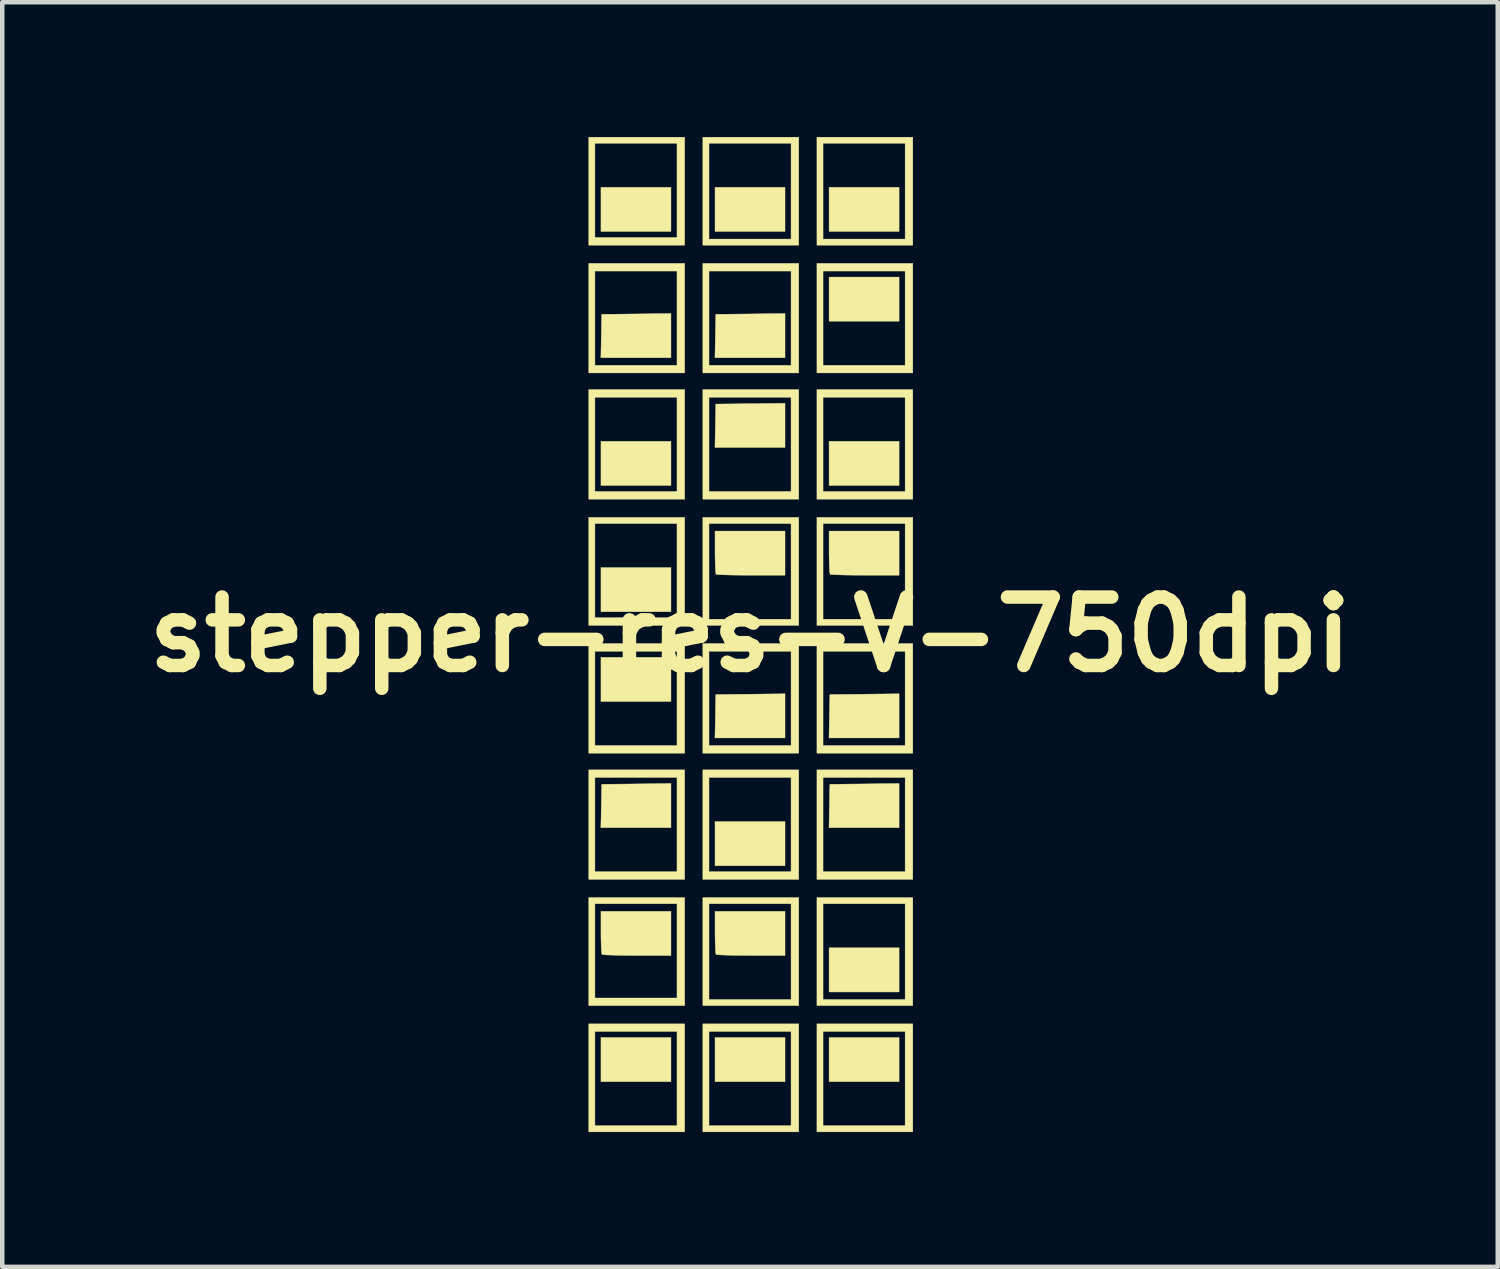
<source format=kicad_pcb>
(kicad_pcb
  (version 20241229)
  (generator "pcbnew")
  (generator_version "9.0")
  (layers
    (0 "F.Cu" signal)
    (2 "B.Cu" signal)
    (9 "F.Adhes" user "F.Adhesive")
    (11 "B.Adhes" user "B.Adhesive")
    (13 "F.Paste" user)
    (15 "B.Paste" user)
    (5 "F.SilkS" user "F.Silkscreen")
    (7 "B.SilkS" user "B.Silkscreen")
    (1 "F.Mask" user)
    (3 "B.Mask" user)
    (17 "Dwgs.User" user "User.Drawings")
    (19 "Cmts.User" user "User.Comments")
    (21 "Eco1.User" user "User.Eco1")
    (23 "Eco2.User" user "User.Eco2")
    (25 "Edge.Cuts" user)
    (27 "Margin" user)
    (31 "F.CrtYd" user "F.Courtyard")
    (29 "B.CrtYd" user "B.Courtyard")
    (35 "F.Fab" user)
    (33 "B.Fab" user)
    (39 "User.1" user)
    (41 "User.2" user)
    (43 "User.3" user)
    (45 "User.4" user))
  (footprint "stepper-res-V-750dpi"
    (layer "F.Cu")
    (at 13.651 11.079)
    (property "Reference" "stepper-res-V-750dpi" (at 0 0 0) (layer "F.SilkS") (effects (font (size 1.524 1.524) (thickness 0.3))))
    (attr through_hole)
    (fp_poly (pts (xy -1.761 -8.975) (xy -3.319 -8.975) (xy -3.319 -9.957) (xy -1.761 -9.957) (xy -1.761 -8.975)) (stroke (width 0.01) (type solid)) (fill yes) (layer "F.SilkS"))
    (fp_poly (pts (xy -1.761 -3.319) (xy -3.319 -3.319) (xy -3.319 -4.301) (xy -1.761 -4.301) (xy -1.761 -3.319)) (stroke (width 0.01) (type solid)) (fill yes) (layer "F.SilkS"))
    (fp_poly (pts (xy -1.761 -0.508) (xy -3.319 -0.508) (xy -3.319 -1.49) (xy -1.761 -1.49) (xy -1.761 -0.508)) (stroke (width 0.01) (type solid)) (fill yes) (layer "F.SilkS"))
    (fp_poly (pts (xy -1.761 1.49) (xy -3.319 1.49) (xy -3.319 0.508) (xy -1.761 0.508) (xy -1.761 1.49)) (stroke (width 0.01) (type solid)) (fill yes) (layer "F.SilkS"))
    (fp_poly (pts (xy -1.761 9.957) (xy -3.319 9.957) (xy -3.319 8.975) (xy -1.761 8.975) (xy -1.761 9.957)) (stroke (width 0.01) (type solid)) (fill yes) (layer "F.SilkS"))
    (fp_poly (pts (xy 0.779 -8.975) (xy -0.779 -8.975) (xy -0.779 -9.957) (xy 0.779 -9.957) (xy 0.779 -8.975)) (stroke (width 0.01) (type solid)) (fill yes) (layer "F.SilkS"))
    (fp_poly (pts (xy 0.779 5.148) (xy -0.779 5.148) (xy -0.779 4.166) (xy 0.779 4.166) (xy 0.779 5.148)) (stroke (width 0.01) (type solid)) (fill yes) (layer "F.SilkS"))
    (fp_poly (pts (xy 0.779 9.957) (xy -0.779 9.957) (xy -0.779 8.975) (xy 0.779 8.975) (xy 0.779 9.957)) (stroke (width 0.01) (type solid)) (fill yes) (layer "F.SilkS"))
    (fp_poly (pts (xy 3.319 -8.975) (xy 1.761 -8.975) (xy 1.761 -9.957) (xy 3.319 -9.957) (xy 3.319 -8.975)) (stroke (width 0.01) (type solid)) (fill yes) (layer "F.SilkS"))
    (fp_poly (pts (xy 3.319 -6.977) (xy 1.761 -6.977) (xy 1.761 -7.959) (xy 3.319 -7.959) (xy 3.319 -6.977)) (stroke (width 0.01) (type solid)) (fill yes) (layer "F.SilkS"))
    (fp_poly (pts (xy 3.319 -3.319) (xy 1.761 -3.319) (xy 1.761 -4.301) (xy 3.319 -4.301) (xy 3.319 -3.319)) (stroke (width 0.01) (type solid)) (fill yes) (layer "F.SilkS"))
    (fp_poly (pts (xy 3.319 7.959) (xy 1.761 7.959) (xy 1.761 6.977) (xy 3.319 6.977) (xy 3.319 7.959)) (stroke (width 0.01) (type solid)) (fill yes) (layer "F.SilkS"))
    (fp_poly (pts (xy 3.319 9.957) (xy 1.761 9.957) (xy 1.761 8.975) (xy 3.319 8.975) (xy 3.319 9.957)) (stroke (width 0.01) (type solid)) (fill yes) (layer "F.SilkS"))
    (fp_poly (pts (xy -1.761 -6.164) (xy -3.321 -6.164) (xy -3.311 -6.646) (xy -3.302 -7.129) (xy -2.532 -7.138) (xy -1.761 -7.147) (xy -1.761 -6.164)) (stroke (width 0.01) (type solid)) (fill yes) (layer "F.SilkS"))
    (fp_poly (pts (xy -1.761 4.301) (xy -3.321 4.301) (xy -3.311 3.818) (xy -3.302 3.336) (xy -2.532 3.327) (xy -1.761 3.318) (xy -1.761 4.301)) (stroke (width 0.01) (type solid)) (fill yes) (layer "F.SilkS"))
    (fp_poly (pts (xy 0.779 -6.164) (xy -0.781 -6.164) (xy -0.771 -6.646) (xy -0.762 -7.129) (xy 0.008 -7.138) (xy 0.779 -7.147) (xy 0.779 -6.164)) (stroke (width 0.01) (type solid)) (fill yes) (layer "F.SilkS"))
    (fp_poly (pts (xy 0.779 -4.166) (xy -0.781 -4.166) (xy -0.771 -4.648) (xy -0.762 -5.131) (xy 0.008 -5.14) (xy 0.779 -5.149) (xy 0.779 -4.166)) (stroke (width 0.01) (type solid)) (fill yes) (layer "F.SilkS"))
    (fp_poly (pts (xy 0.779 2.303) (xy -0.781 2.303) (xy -0.771 1.82) (xy -0.762 1.338) (xy 0.008 1.329) (xy 0.779 1.32) (xy 0.779 2.303)) (stroke (width 0.01) (type solid)) (fill yes) (layer "F.SilkS"))
    (fp_poly (pts (xy 3.319 2.303) (xy 1.759 2.303) (xy 1.769 1.82) (xy 1.778 1.338) (xy 2.548 1.329) (xy 3.319 1.32) (xy 3.319 2.303)) (stroke (width 0.01) (type solid)) (fill yes) (layer "F.SilkS"))
    (fp_poly (pts (xy 3.319 4.301) (xy 1.759 4.301) (xy 1.769 3.818) (xy 1.778 3.336) (xy 2.548 3.327) (xy 3.319 3.318) (xy 3.319 4.301)) (stroke (width 0.01) (type solid)) (fill yes) (layer "F.SilkS"))
    (fp_poly (pts (xy -1.456 -8.67) (xy -3.59 -8.67) (xy -3.59 -10.939) (xy -3.454 -10.939) (xy -3.454 -8.839) (xy -1.626 -8.839) (xy -1.626 -10.939) (xy -3.454 -10.939) (xy -3.59 -10.939) (xy -3.59 -11.074) (xy -1.456 -11.074) (xy -1.456 -8.67)) (stroke (width 0.01) (type solid)) (fill yes) (layer "F.SilkS"))
    (fp_poly (pts (xy -1.456 -5.825) (xy -3.59 -5.825) (xy -3.59 -8.094) (xy -3.454 -8.094) (xy -3.454 -5.994) (xy -1.626 -5.994) (xy -1.626 -8.094) (xy -3.454 -8.094) (xy -3.59 -8.094) (xy -3.59 -8.263) (xy -1.456 -8.263) (xy -1.456 -5.825)) (stroke (width 0.01) (type solid)) (fill yes) (layer "F.SilkS"))
    (fp_poly (pts (xy -1.456 -3.014) (xy -3.59 -3.014) (xy -3.59 -5.283) (xy -3.454 -5.283) (xy -3.454 -3.183) (xy -1.626 -3.183) (xy -1.626 -5.283) (xy -3.454 -5.283) (xy -3.59 -5.283) (xy -3.59 -5.453) (xy -1.456 -5.453) (xy -1.456 -3.014)) (stroke (width 0.01) (type solid)) (fill yes) (layer "F.SilkS"))
    (fp_poly (pts (xy -1.456 -0.203) (xy -3.59 -0.203) (xy -3.59 -2.472) (xy -3.454 -2.472) (xy -3.454 -0.373) (xy -1.626 -0.373) (xy -1.626 -2.472) (xy -3.454 -2.472) (xy -3.59 -2.472) (xy -3.59 -2.608) (xy -1.456 -2.608) (xy -1.456 -0.203)) (stroke (width 0.01) (type solid)) (fill yes) (layer "F.SilkS"))
    (fp_poly (pts (xy -1.456 2.642) (xy -3.59 2.642) (xy -3.59 0.373) (xy -3.454 0.373) (xy -3.454 2.472) (xy -1.626 2.472) (xy -1.626 0.373) (xy -3.454 0.373) (xy -3.59 0.373) (xy -3.59 0.203) (xy -1.456 0.203) (xy -1.456 2.642)) (stroke (width 0.01) (type solid)) (fill yes) (layer "F.SilkS"))
    (fp_poly (pts (xy -1.456 5.453) (xy -3.59 5.453) (xy -3.59 3.183) (xy -3.454 3.183) (xy -3.454 5.283) (xy -1.626 5.283) (xy -1.626 3.183) (xy -3.454 3.183) (xy -3.59 3.183) (xy -3.59 3.014) (xy -1.456 3.014) (xy -1.456 5.453)) (stroke (width 0.01) (type solid)) (fill yes) (layer "F.SilkS"))
    (fp_poly (pts (xy -1.456 8.263) (xy -3.59 8.263) (xy -3.59 5.994) (xy -3.454 5.994) (xy -3.454 8.094) (xy -1.626 8.094) (xy -1.626 5.994) (xy -3.454 5.994) (xy -3.59 5.994) (xy -3.59 5.859) (xy -1.456 5.859) (xy -1.456 8.263)) (stroke (width 0.01) (type solid)) (fill yes) (layer "F.SilkS"))
    (fp_poly (pts (xy -1.456 11.074) (xy -3.59 11.074) (xy -3.59 8.839) (xy -3.454 8.839) (xy -3.454 10.939) (xy -1.626 10.939) (xy -1.626 8.839) (xy -3.454 8.839) (xy -3.59 8.839) (xy -3.59 8.67) (xy -1.456 8.67) (xy -1.456 11.074)) (stroke (width 0.01) (type solid)) (fill yes) (layer "F.SilkS"))
    (fp_poly (pts (xy 1.084 -8.67) (xy -1.05 -8.67) (xy -1.05 -10.939) (xy -0.914 -10.939) (xy -0.914 -8.805) (xy 0.914 -8.805) (xy 0.914 -10.939) (xy -0.914 -10.939) (xy -1.05 -10.939) (xy -1.05 -11.074) (xy 1.084 -11.074) (xy 1.084 -8.67)) (stroke (width 0.01) (type solid)) (fill yes) (layer "F.SilkS"))
    (fp_poly (pts (xy 1.084 -5.825) (xy -1.05 -5.825) (xy -1.05 -8.094) (xy -0.914 -8.094) (xy -0.914 -5.994) (xy 0.914 -5.994) (xy 0.914 -8.094) (xy -0.914 -8.094) (xy -1.05 -8.094) (xy -1.05 -8.263) (xy 1.084 -8.263) (xy 1.084 -5.825)) (stroke (width 0.01) (type solid)) (fill yes) (layer "F.SilkS"))
    (fp_poly (pts (xy 1.084 -3.014) (xy -1.05 -3.014) (xy -1.05 -5.283) (xy -0.914 -5.283) (xy -0.914 -3.183) (xy 0.914 -3.183) (xy 0.914 -5.283) (xy -0.914 -5.283) (xy -1.05 -5.283) (xy -1.05 -5.453) (xy 1.084 -5.453) (xy 1.084 -3.014)) (stroke (width 0.01) (type solid)) (fill yes) (layer "F.SilkS"))
    (fp_poly (pts (xy 1.084 -0.203) (xy -1.05 -0.203) (xy -1.05 -2.472) (xy -0.914 -2.472) (xy -0.914 -0.339) (xy 0.914 -0.339) (xy 0.914 -2.472) (xy -0.914 -2.472) (xy -1.05 -2.472) (xy -1.05 -2.608) (xy 1.084 -2.608) (xy 1.084 -0.203)) (stroke (width 0.01) (type solid)) (fill yes) (layer "F.SilkS"))
    (fp_poly (pts (xy 1.084 2.642) (xy -1.05 2.642) (xy -1.05 0.373) (xy -0.914 0.373) (xy -0.914 2.472) (xy 0.914 2.472) (xy 0.914 0.373) (xy -0.914 0.373) (xy -1.05 0.373) (xy -1.05 0.203) (xy 1.084 0.203) (xy 1.084 2.642)) (stroke (width 0.01) (type solid)) (fill yes) (layer "F.SilkS"))
    (fp_poly (pts (xy 1.084 5.453) (xy -1.05 5.453) (xy -1.05 3.183) (xy -0.914 3.183) (xy -0.914 5.283) (xy 0.914 5.283) (xy 0.914 3.183) (xy -0.914 3.183) (xy -1.05 3.183) (xy -1.05 3.014) (xy 1.084 3.014) (xy 1.084 5.453)) (stroke (width 0.01) (type solid)) (fill yes) (layer "F.SilkS"))
    (fp_poly (pts (xy 1.084 8.263) (xy -1.05 8.263) (xy -1.05 5.994) (xy -0.914 5.994) (xy -0.914 8.128) (xy 0.914 8.128) (xy 0.914 5.994) (xy -0.914 5.994) (xy -1.05 5.994) (xy -1.05 5.859) (xy 1.084 5.859) (xy 1.084 8.263)) (stroke (width 0.01) (type solid)) (fill yes) (layer "F.SilkS"))
    (fp_poly (pts (xy 1.084 11.074) (xy -1.05 11.074) (xy -1.05 8.839) (xy -0.914 8.839) (xy -0.914 10.939) (xy 0.914 10.939) (xy 0.914 8.839) (xy -0.914 8.839) (xy -1.05 8.839) (xy -1.05 8.67) (xy 1.084 8.67) (xy 1.084 11.074)) (stroke (width 0.01) (type solid)) (fill yes) (layer "F.SilkS"))
    (fp_poly (pts (xy 3.624 -8.67) (xy 1.49 -8.67) (xy 1.49 -10.939) (xy 1.626 -10.939) (xy 1.626 -8.805) (xy 3.454 -8.805) (xy 3.454 -10.939) (xy 1.626 -10.939) (xy 1.49 -10.939) (xy 1.49 -11.074) (xy 3.624 -11.074) (xy 3.624 -8.67)) (stroke (width 0.01) (type solid)) (fill yes) (layer "F.SilkS"))
    (fp_poly (pts (xy 3.624 -5.825) (xy 1.49 -5.825) (xy 1.49 -8.094) (xy 1.626 -8.094) (xy 1.626 -5.994) (xy 3.454 -5.994) (xy 3.454 -8.094) (xy 1.626 -8.094) (xy 1.49 -8.094) (xy 1.49 -8.263) (xy 3.624 -8.263) (xy 3.624 -5.825)) (stroke (width 0.01) (type solid)) (fill yes) (layer "F.SilkS"))
    (fp_poly (pts (xy 3.624 -3.014) (xy 1.49 -3.014) (xy 1.49 -5.283) (xy 1.626 -5.283) (xy 1.626 -3.183) (xy 3.454 -3.183) (xy 3.454 -5.283) (xy 1.626 -5.283) (xy 1.49 -5.283) (xy 1.49 -5.453) (xy 3.624 -5.453) (xy 3.624 -3.014)) (stroke (width 0.01) (type solid)) (fill yes) (layer "F.SilkS"))
    (fp_poly (pts (xy 3.624 -0.203) (xy 1.49 -0.203) (xy 1.49 -2.472) (xy 1.626 -2.472) (xy 1.626 -0.339) (xy 3.454 -0.339) (xy 3.454 -2.472) (xy 1.626 -2.472) (xy 1.49 -2.472) (xy 1.49 -2.608) (xy 3.624 -2.608) (xy 3.624 -0.203)) (stroke (width 0.01) (type solid)) (fill yes) (layer "F.SilkS"))
    (fp_poly (pts (xy 3.624 2.642) (xy 1.49 2.642) (xy 1.49 0.373) (xy 1.626 0.373) (xy 1.626 2.472) (xy 3.454 2.472) (xy 3.454 0.373) (xy 1.626 0.373) (xy 1.49 0.373) (xy 1.49 0.203) (xy 3.624 0.203) (xy 3.624 2.642)) (stroke (width 0.01) (type solid)) (fill yes) (layer "F.SilkS"))
    (fp_poly (pts (xy 3.624 5.453) (xy 1.49 5.453) (xy 1.49 3.183) (xy 1.626 3.183) (xy 1.626 5.283) (xy 3.454 5.283) (xy 3.454 3.183) (xy 1.626 3.183) (xy 1.49 3.183) (xy 1.49 3.014) (xy 3.624 3.014) (xy 3.624 5.453)) (stroke (width 0.01) (type solid)) (fill yes) (layer "F.SilkS"))
    (fp_poly (pts (xy 3.624 8.263) (xy 1.49 8.263) (xy 1.49 5.994) (xy 1.626 5.994) (xy 1.626 8.128) (xy 3.454 8.128) (xy 3.454 5.994) (xy 1.626 5.994) (xy 1.49 5.994) (xy 1.49 5.859) (xy 3.624 5.859) (xy 3.624 8.263)) (stroke (width 0.01) (type solid)) (fill yes) (layer "F.SilkS"))
    (fp_poly (pts (xy 3.624 11.074) (xy 1.49 11.074) (xy 1.49 8.839) (xy 1.626 8.839) (xy 1.626 10.939) (xy 3.454 10.939) (xy 3.454 8.839) (xy 1.626 8.839) (xy 1.49 8.839) (xy 1.49 8.67) (xy 3.624 8.67) (xy 3.624 11.074)) (stroke (width 0.01) (type solid)) (fill yes) (layer "F.SilkS"))
    (fp_poly (pts (xy -1.761 7.146) (xy -2.517 7.146) (xy -2.737 7.145) (xy -2.934 7.142) (xy -3.098 7.138) (xy -3.218 7.133) (xy -3.286 7.126) (xy -3.296 7.123) (xy -3.305 7.083) (xy -3.311 6.988) (xy -3.316 6.851) (xy -3.319 6.685) (xy -3.319 6.632) (xy -3.319 6.164) (xy -1.761 6.164) (xy -1.761 7.146)) (stroke (width 0.01) (type solid)) (fill yes) (layer "F.SilkS"))
    (fp_poly (pts (xy 0.779 -1.321) (xy 0.023 -1.321) (xy -0.197 -1.322) (xy -0.394 -1.324) (xy -0.558 -1.329) (xy -0.678 -1.334) (xy -0.746 -1.34) (xy -0.756 -1.343) (xy -0.765 -1.384) (xy -0.771 -1.479) (xy -0.776 -1.616) (xy -0.779 -1.781) (xy -0.779 -1.834) (xy -0.779 -2.303) (xy 0.779 -2.303) (xy 0.779 -1.321)) (stroke (width 0.01) (type solid)) (fill yes) (layer "F.SilkS"))
    (fp_poly (pts (xy 0.779 7.146) (xy 0.023 7.146) (xy -0.197 7.145) (xy -0.394 7.142) (xy -0.558 7.138) (xy -0.678 7.133) (xy -0.746 7.126) (xy -0.756 7.123) (xy -0.765 7.083) (xy -0.771 6.988) (xy -0.776 6.851) (xy -0.779 6.685) (xy -0.779 6.632) (xy -0.779 6.164) (xy 0.779 6.164) (xy 0.779 7.146)) (stroke (width 0.01) (type solid)) (fill yes) (layer "F.SilkS"))
    (fp_poly (pts (xy 3.319 -1.321) (xy 2.563 -1.321) (xy 2.343 -1.322) (xy 2.146 -1.324) (xy 1.982 -1.329) (xy 1.862 -1.334) (xy 1.794 -1.34) (xy 1.784 -1.343) (xy 1.775 -1.384) (xy 1.769 -1.479) (xy 1.764 -1.616) (xy 1.761 -1.781) (xy 1.761 -1.834) (xy 1.761 -2.303) (xy 3.319 -2.303) (xy 3.319 -1.321)) (stroke (width 0.01) (type solid)) (fill yes) (layer "F.SilkS")))
  (gr_rect
    (start -3 -3)
    (end 30.301 25.159)
    (stroke (width 0.1) (type default))
    (fill no)
    (layer "Edge.Cuts")))
</source>
